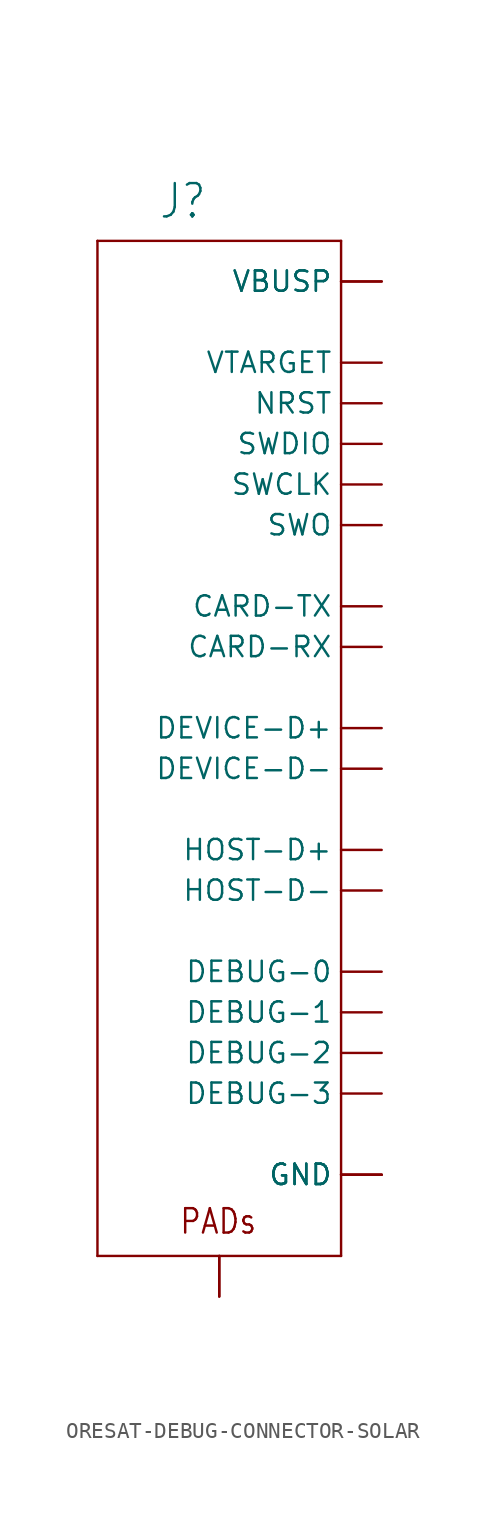
<source format=kicad_sym>
(kicad_symbol_lib
  (version 20211014)
  (generator kicad_symbol_editor)
  (symbol "ORESAT-DEBUG-CONNECTOR-SOLAR"
    (property "Reference" "J"
      (at -3.81 31.75 0)
      (effects (font (size 2.083 1.77)) (justify left bottom)))
    (property "ki_locked" ""
      (at 0 0 0)
      (effects (font (size 1.27 1.27))))
    (symbol "ORESAT-DEBUG-CONNECTOR-SOLAR_1_0"
      (polyline (pts (xy -7.62 -33.02) (xy 7.62 -33.02)) (stroke (width 0.152) (type default) (color 0 0 0 0)) (fill (type none)))
      (polyline (pts (xy -7.62 30.48) (xy -7.62 -33.02)) (stroke (width 0.152) (type default) (color 0 0 0 0)) (fill (type none)))
      (polyline (pts (xy 7.62 -33.02) (xy 7.62 30.48)) (stroke (width 0.152) (type default) (color 0 0 0 0)) (fill (type none)))
      (polyline (pts (xy 7.62 30.48) (xy -7.62 30.48)) (stroke (width 0.152) (type default) (color 0 0 0 0)) (fill (type none)))
      (text "PADs" (at -2.54 -31.75 0) (effects (font (size 1.524 1.295)) (justify left bottom)))
      (pin passive line (at 10.16 27.94 180) (length 2.54) (name "VBUSP" (effects (font (size 1.27 1.27)))) (number "1" (effects (font (size 0 0)))))
      (pin passive line (at 10.16 20.32 180) (length 2.54) (name "NRST" (effects (font (size 1.27 1.27)))) (number "10" (effects (font (size 0 0)))))
      (pin passive line (at 10.16 22.86 180) (length 2.54) (name "VTARGET" (effects (font (size 1.27 1.27)))) (number "11" (effects (font (size 0 0)))))
      (pin passive line (at 10.16 5.08 180) (length 2.54) (name "CARD-RX" (effects (font (size 1.27 1.27)))) (number "12" (effects (font (size 0 0)))))
      (pin passive line (at 10.16 7.62 180) (length 2.54) (name "CARD-TX" (effects (font (size 1.27 1.27)))) (number "13" (effects (font (size 0 0)))))
      (pin passive line (at 10.16 17.78 180) (length 2.54) (name "SWDIO" (effects (font (size 1.27 1.27)))) (number "14" (effects (font (size 0 0)))))
      (pin passive line (at 10.16 15.24 180) (length 2.54) (name "SWCLK" (effects (font (size 1.27 1.27)))) (number "15" (effects (font (size 0 0)))))
      (pin passive line (at 10.16 12.7 180) (length 2.54) (name "SWO" (effects (font (size 1.27 1.27)))) (number "16" (effects (font (size 0 0)))))
      (pin passive line (at 10.16 -15.24 180) (length 2.54) (name "DEBUG-0" (effects (font (size 1.27 1.27)))) (number "17" (effects (font (size 0 0)))))
      (pin passive line (at 10.16 -17.78 180) (length 2.54) (name "DEBUG-1" (effects (font (size 1.27 1.27)))) (number "18" (effects (font (size 0 0)))))
      (pin passive line (at 10.16 -20.32 180) (length 2.54) (name "DEBUG-2" (effects (font (size 1.27 1.27)))) (number "19" (effects (font (size 0 0)))))
      (pin passive line (at 10.16 27.94 180) (length 2.54) (name "VBUSP" (effects (font (size 1.27 1.27)))) (number "2" (effects (font (size 0 0)))))
      (pin passive line (at 10.16 -22.86 180) (length 2.54) (name "DEBUG-3" (effects (font (size 1.27 1.27)))) (number "20" (effects (font (size 0 0)))))
      (pin passive line (at 10.16 -27.94 180) (length 2.54) (name "GND" (effects (font (size 1.27 1.27)))) (number "3" (effects (font (size 0 0)))))
      (pin passive line (at 10.16 0 180) (length 2.54) (name "DEVICE-D+" (effects (font (size 1.27 1.27)))) (number "4" (effects (font (size 0 0)))))
      (pin passive line (at 10.16 -2.54 180) (length 2.54) (name "DEVICE-D-" (effects (font (size 1.27 1.27)))) (number "5" (effects (font (size 0 0)))))
      (pin passive line (at 10.16 -27.94 180) (length 2.54) (name "GND" (effects (font (size 1.27 1.27)))) (number "6" (effects (font (size 0 0)))))
      (pin passive line (at 10.16 -7.62 180) (length 2.54) (name "HOST-D+" (effects (font (size 1.27 1.27)))) (number "7" (effects (font (size 0 0)))))
      (pin passive line (at 10.16 -10.16 180) (length 2.54) (name "HOST-D-" (effects (font (size 1.27 1.27)))) (number "8" (effects (font (size 0 0)))))
      (pin passive line (at 10.16 -27.94 180) (length 2.54) (name "GND" (effects (font (size 1.27 1.27)))) (number "9" (effects (font (size 0 0)))))
      (pin bidirectional line (at 0 -35.56 90) (length 2.54) (name "PAD" (effects (font (size 0 0)))) (number "PAD1" (effects (font (size 0 0)))))
      (pin bidirectional line (at 0 -35.56 90) (length 2.54) (name "PAD" (effects (font (size 0 0)))) (number "PAD2" (effects (font (size 0 0))))))))
</source>
